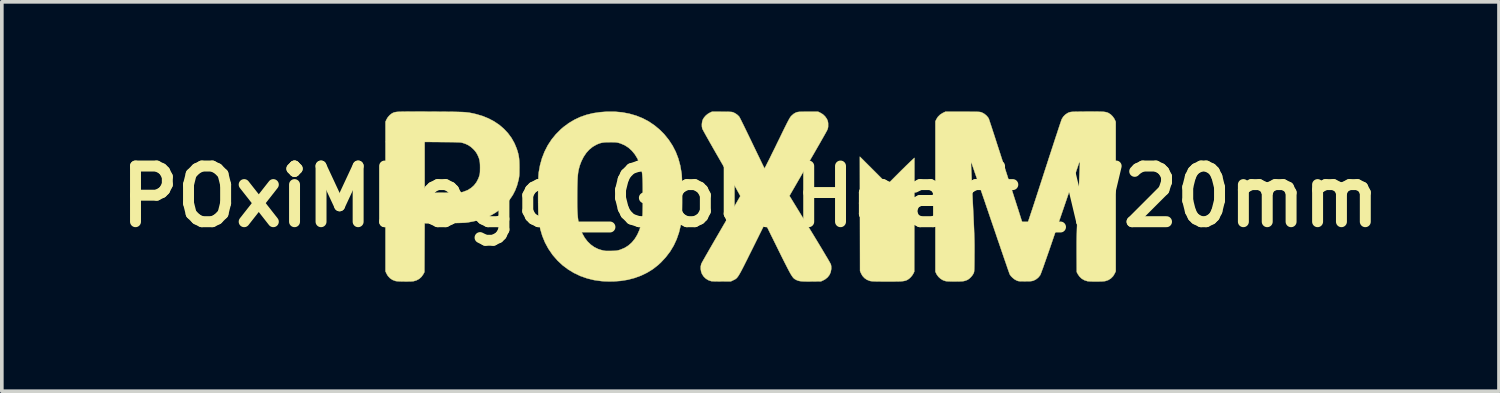
<source format=kicad_pcb>
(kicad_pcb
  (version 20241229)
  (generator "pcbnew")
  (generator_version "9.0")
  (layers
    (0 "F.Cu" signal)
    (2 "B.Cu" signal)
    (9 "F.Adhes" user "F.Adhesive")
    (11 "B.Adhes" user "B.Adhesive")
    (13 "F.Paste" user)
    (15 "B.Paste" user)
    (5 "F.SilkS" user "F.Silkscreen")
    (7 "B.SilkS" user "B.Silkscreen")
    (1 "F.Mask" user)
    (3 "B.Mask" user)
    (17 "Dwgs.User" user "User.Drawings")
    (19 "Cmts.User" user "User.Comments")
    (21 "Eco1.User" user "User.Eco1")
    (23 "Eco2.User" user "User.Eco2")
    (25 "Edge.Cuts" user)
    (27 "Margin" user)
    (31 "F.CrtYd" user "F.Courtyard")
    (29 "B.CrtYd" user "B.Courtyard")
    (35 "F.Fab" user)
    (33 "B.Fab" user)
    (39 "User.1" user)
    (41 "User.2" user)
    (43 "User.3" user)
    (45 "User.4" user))
  (footprint "POxiMLogo_GoldHeart_W20mm"
    (layer "F.Cu")
    (at 17.497 2.331)
    (property "Reference" "POxiMLogo_GoldHeart_W20mm" (at 0 0 0) (layer "F.SilkS") (effects (font (size 1.524 1.524) (thickness 0.3))))
    (attr through_hole)
    (fp_poly (pts (xy 3.502 -2.299) (xy 3.575 -2.265) (xy 3.61 -2.242) (xy 3.656 -2.197) (xy 3.698 -2.141) (xy 3.73 -2.08) (xy 3.742 -2.042) (xy 3.756 -1.986) (xy 3.764 -2.022) (xy 3.788 -2.091) (xy 3.828 -2.158) (xy 3.88 -2.218) (xy 3.94 -2.267) (xy 3.98 -2.289) (xy 4.028 -2.304) (xy 4.087 -2.312) (xy 4.151 -2.313) (xy 4.213 -2.307) (xy 4.266 -2.295) (xy 4.28 -2.289) (xy 4.331 -2.258) (xy 4.384 -2.214) (xy 4.43 -2.162) (xy 4.464 -2.11) (xy 4.468 -2.104) (xy 4.482 -2.071) (xy 4.491 -2.04) (xy 4.495 -2.004) (xy 4.496 -1.961) (xy 4.494 -1.914) (xy 4.487 -1.873) (xy 4.474 -1.832) (xy 4.452 -1.789) (xy 4.421 -1.739) (xy 4.377 -1.679) (xy 4.37 -1.67) (xy 4.351 -1.646) (xy 4.321 -1.612) (xy 4.282 -1.569) (xy 4.236 -1.519) (xy 4.184 -1.464) (xy 4.128 -1.405) (xy 4.071 -1.346) (xy 4.013 -1.286) (xy 3.957 -1.229) (xy 3.905 -1.176) (xy 3.857 -1.129) (xy 3.817 -1.089) (xy 3.786 -1.06) (xy 3.765 -1.041) (xy 3.757 -1.036) (xy 3.747 -1.043) (xy 3.726 -1.063) (xy 3.693 -1.094) (xy 3.651 -1.134) (xy 3.602 -1.183) (xy 3.547 -1.237) (xy 3.502 -1.283) (xy 3.404 -1.382) (xy 3.32 -1.469) (xy 3.25 -1.546) (xy 3.191 -1.614) (xy 3.142 -1.674) (xy 3.103 -1.728) (xy 3.072 -1.777) (xy 3.052 -1.815) (xy 3.031 -1.858) (xy 3.02 -1.891) (xy 3.014 -1.922) (xy 3.013 -1.957) (xy 3.023 -2.038) (xy 3.05 -2.111) (xy 3.091 -2.175) (xy 3.144 -2.229) (xy 3.206 -2.271) (xy 3.275 -2.3) (xy 3.349 -2.315) (xy 3.426 -2.315) (xy 3.502 -2.299)) (stroke (width 0.01) (type solid)) (fill yes) (layer "F.Mask"))
    (fp_poly (pts (xy 3.376 -0.714) (xy 3.754 -0.335) (xy 4.003 -0.585) (xy 4.068 -0.65) (xy 4.134 -0.716) (xy 4.199 -0.779) (xy 4.259 -0.839) (xy 4.312 -0.89) (xy 4.355 -0.931) (xy 4.371 -0.947) (xy 4.491 -1.059) (xy 4.486 2.057) (xy 4.463 2.106) (xy 4.434 2.154) (xy 4.394 2.203) (xy 4.348 2.247) (xy 4.303 2.278) (xy 4.298 2.281) (xy 4.275 2.292) (xy 4.251 2.301) (xy 4.226 2.308) (xy 4.196 2.314) (xy 4.159 2.318) (xy 4.114 2.322) (xy 4.058 2.324) (xy 3.989 2.325) (xy 3.906 2.326) (xy 3.805 2.326) (xy 3.736 2.326) (xy 3.628 2.326) (xy 3.538 2.325) (xy 3.464 2.324) (xy 3.405 2.323) (xy 3.359 2.321) (xy 3.323 2.318) (xy 3.297 2.315) (xy 3.276 2.312) (xy 3.272 2.31) (xy 3.191 2.279) (xy 3.122 2.231) (xy 3.066 2.169) (xy 3.026 2.095) (xy 3.025 2.094) (xy 3.002 2.037) (xy 2.997 -1.092) (xy 3.376 -0.714)) (stroke (width 0.01) (type solid)) (fill yes) (layer "F.SilkS"))
    (fp_poly (pts (xy -9.088 -2.325) (xy -8.95 -2.325) (xy -8.793 -2.324) (xy -8.753 -2.324) (xy -8.59 -2.323) (xy -8.446 -2.322) (xy -8.319 -2.321) (xy -8.207 -2.32) (xy -8.11 -2.319) (xy -8.026 -2.317) (xy -7.953 -2.315) (xy -7.889 -2.313) (xy -7.834 -2.31) (xy -7.785 -2.306) (xy -7.742 -2.301) (xy -7.702 -2.296) (xy -7.664 -2.289) (xy -7.626 -2.282) (xy -7.587 -2.274) (xy -7.546 -2.264) (xy -7.511 -2.256) (xy -7.335 -2.204) (xy -7.17 -2.137) (xy -7.017 -2.056) (xy -6.876 -1.961) (xy -6.75 -1.853) (xy -6.638 -1.733) (xy -6.541 -1.602) (xy -6.461 -1.459) (xy -6.402 -1.318) (xy -6.378 -1.245) (xy -6.359 -1.178) (xy -6.345 -1.113) (xy -6.335 -1.046) (xy -6.329 -0.972) (xy -6.326 -0.886) (xy -6.325 -0.792) (xy -6.326 -0.714) (xy -6.326 -0.652) (xy -6.328 -0.602) (xy -6.331 -0.561) (xy -6.336 -0.525) (xy -6.342 -0.489) (xy -6.348 -0.46) (xy -6.388 -0.308) (xy -6.44 -0.171) (xy -6.505 -0.044) (xy -6.586 0.076) (xy -6.685 0.192) (xy -6.726 0.234) (xy -6.845 0.343) (xy -6.973 0.437) (xy -7.11 0.518) (xy -7.26 0.585) (xy -7.422 0.64) (xy -7.599 0.683) (xy -7.732 0.707) (xy -7.761 0.711) (xy -7.795 0.715) (xy -7.836 0.718) (xy -7.885 0.72) (xy -7.944 0.722) (xy -8.016 0.724) (xy -8.102 0.726) (xy -8.204 0.727) (xy -8.323 0.728) (xy -8.379 0.729) (xy -8.92 0.733) (xy -8.923 1.401) (xy -8.926 2.068) (xy -8.954 2.122) (xy -9.003 2.194) (xy -9.066 2.252) (xy -9.14 2.293) (xy -9.217 2.317) (xy -9.25 2.321) (xy -9.298 2.324) (xy -9.356 2.325) (xy -9.422 2.326) (xy -9.491 2.325) (xy -9.557 2.324) (xy -9.619 2.322) (xy -9.67 2.319) (xy -9.707 2.315) (xy -9.718 2.312) (xy -9.798 2.283) (xy -9.868 2.236) (xy -9.925 2.175) (xy -9.963 2.111) (xy -9.992 2.047) (xy -9.992 -0.101) (xy -8.92 -0.101) (xy -8.425 -0.104) (xy -8.312 -0.105) (xy -8.217 -0.106) (xy -8.138 -0.107) (xy -8.074 -0.108) (xy -8.022 -0.109) (xy -7.981 -0.111) (xy -7.949 -0.113) (xy -7.923 -0.115) (xy -7.902 -0.118) (xy -7.884 -0.122) (xy -7.867 -0.127) (xy -7.854 -0.131) (xy -7.745 -0.173) (xy -7.65 -0.232) (xy -7.568 -0.304) (xy -7.501 -0.391) (xy -7.449 -0.491) (xy -7.431 -0.541) (xy -7.42 -0.576) (xy -7.412 -0.606) (xy -7.407 -0.637) (xy -7.404 -0.675) (xy -7.403 -0.722) (xy -7.402 -0.782) (xy -7.403 -0.864) (xy -7.407 -0.93) (xy -7.416 -0.987) (xy -7.429 -1.039) (xy -7.449 -1.092) (xy -7.475 -1.148) (xy -7.507 -1.204) (xy -7.548 -1.257) (xy -7.589 -1.301) (xy -7.656 -1.361) (xy -7.725 -1.407) (xy -7.802 -1.443) (xy -7.864 -1.464) (xy -7.882 -1.469) (xy -7.9 -1.474) (xy -7.919 -1.478) (xy -7.942 -1.481) (xy -7.97 -1.483) (xy -8.005 -1.485) (xy -8.05 -1.486) (xy -8.106 -1.488) (xy -8.175 -1.489) (xy -8.26 -1.49) (xy -8.362 -1.49) (xy -8.43 -1.491) (xy -8.92 -1.495) (xy -8.92 -0.101) (xy -9.992 -0.101) (xy -9.992 -2.047) (xy -9.963 -2.111) (xy -9.926 -2.172) (xy -9.875 -2.229) (xy -9.818 -2.273) (xy -9.798 -2.284) (xy -9.783 -2.292) (xy -9.767 -2.298) (xy -9.75 -2.304) (xy -9.731 -2.309) (xy -9.707 -2.313) (xy -9.678 -2.317) (xy -9.641 -2.319) (xy -9.597 -2.322) (xy -9.544 -2.323) (xy -9.479 -2.324) (xy -9.403 -2.325) (xy -9.313 -2.326) (xy -9.208 -2.326) (xy -9.088 -2.325)) (stroke (width 0.01) (type solid)) (fill yes) (layer "F.SilkS"))
    (fp_poly (pts (xy -3.718 -2.323) (xy -3.513 -2.305) (xy -3.317 -2.268) (xy -3.129 -2.214) (xy -2.951 -2.143) (xy -2.783 -2.054) (xy -2.625 -1.947) (xy -2.477 -1.823) (xy -2.359 -1.704) (xy -2.237 -1.553) (xy -2.132 -1.393) (xy -2.044 -1.222) (xy -1.974 -1.04) (xy -1.922 -0.85) (xy -1.887 -0.649) (xy -1.88 -0.585) (xy -1.878 -0.546) (xy -1.875 -0.489) (xy -1.873 -0.418) (xy -1.872 -0.335) (xy -1.871 -0.242) (xy -1.87 -0.143) (xy -1.87 -0.04) (xy -1.87 0.064) (xy -1.87 0.167) (xy -1.871 0.265) (xy -1.872 0.355) (xy -1.874 0.436) (xy -1.876 0.504) (xy -1.878 0.557) (xy -1.88 0.585) (xy -1.909 0.79) (xy -1.956 0.985) (xy -2.02 1.17) (xy -2.101 1.344) (xy -2.2 1.508) (xy -2.317 1.661) (xy -2.451 1.805) (xy -2.527 1.875) (xy -2.671 1.988) (xy -2.827 2.084) (xy -2.994 2.165) (xy -3.172 2.23) (xy -3.359 2.279) (xy -3.555 2.31) (xy -3.759 2.325) (xy -3.969 2.323) (xy -4.084 2.315) (xy -4.283 2.287) (xy -4.473 2.24) (xy -4.656 2.176) (xy -4.829 2.094) (xy -4.991 1.996) (xy -5.143 1.882) (xy -5.282 1.752) (xy -5.409 1.606) (xy -5.425 1.585) (xy -5.534 1.425) (xy -5.625 1.256) (xy -5.698 1.077) (xy -5.754 0.888) (xy -5.792 0.689) (xy -5.796 0.657) (xy -5.8 0.614) (xy -5.804 0.552) (xy -5.807 0.476) (xy -5.809 0.387) (xy -5.811 0.289) (xy -5.812 0.183) (xy -5.813 0.073) (xy -5.813 0.025) (xy -4.743 0.025) (xy -4.743 0.163) (xy -4.742 0.285) (xy -4.738 0.391) (xy -4.733 0.484) (xy -4.726 0.565) (xy -4.717 0.637) (xy -4.707 0.701) (xy -4.7 0.732) (xy -4.659 0.877) (xy -4.605 1.009) (xy -4.54 1.126) (xy -4.463 1.228) (xy -4.375 1.314) (xy -4.278 1.384) (xy -4.171 1.437) (xy -4.094 1.462) (xy -4.052 1.473) (xy -4.019 1.481) (xy -3.989 1.486) (xy -3.959 1.489) (xy -3.923 1.49) (xy -3.876 1.49) (xy -3.814 1.489) (xy -3.81 1.489) (xy -3.748 1.488) (xy -3.701 1.486) (xy -3.664 1.482) (xy -3.632 1.476) (xy -3.6 1.468) (xy -3.562 1.456) (xy -3.554 1.453) (xy -3.44 1.405) (xy -3.337 1.339) (xy -3.245 1.257) (xy -3.164 1.158) (xy -3.095 1.044) (xy -3.038 0.915) (xy -2.993 0.771) (xy -2.992 0.769) (xy -2.982 0.728) (xy -2.974 0.687) (xy -2.967 0.646) (xy -2.961 0.602) (xy -2.957 0.553) (xy -2.953 0.496) (xy -2.95 0.43) (xy -2.949 0.353) (xy -2.947 0.262) (xy -2.947 0.156) (xy -2.946 0.032) (xy -2.946 0) (xy -2.947 -0.129) (xy -2.947 -0.239) (xy -2.948 -0.333) (xy -2.95 -0.414) (xy -2.952 -0.482) (xy -2.956 -0.54) (xy -2.96 -0.591) (xy -2.965 -0.636) (xy -2.972 -0.678) (xy -2.98 -0.718) (xy -2.99 -0.759) (xy -2.992 -0.768) (xy -3.037 -0.912) (xy -3.094 -1.042) (xy -3.164 -1.156) (xy -3.246 -1.255) (xy -3.338 -1.338) (xy -3.442 -1.405) (xy -3.557 -1.454) (xy -3.592 -1.465) (xy -3.625 -1.474) (xy -3.656 -1.48) (xy -3.69 -1.484) (xy -3.731 -1.487) (xy -3.783 -1.488) (xy -3.846 -1.488) (xy -3.927 -1.487) (xy -3.994 -1.483) (xy -4.05 -1.476) (xy -4.1 -1.465) (xy -4.149 -1.449) (xy -4.203 -1.427) (xy -4.221 -1.418) (xy -4.321 -1.36) (xy -4.413 -1.285) (xy -4.495 -1.194) (xy -4.567 -1.087) (xy -4.628 -0.966) (xy -4.669 -0.859) (xy -4.684 -0.808) (xy -4.697 -0.759) (xy -4.708 -0.71) (xy -4.717 -0.658) (xy -4.724 -0.6) (xy -4.73 -0.535) (xy -4.734 -0.46) (xy -4.737 -0.372) (xy -4.74 -0.268) (xy -4.742 -0.147) (xy -4.742 -0.132) (xy -4.743 0.025) (xy -5.813 0.025) (xy -5.813 -0.038) (xy -5.812 -0.149) (xy -5.811 -0.256) (xy -5.81 -0.357) (xy -5.807 -0.449) (xy -5.805 -0.529) (xy -5.801 -0.595) (xy -5.797 -0.645) (xy -5.796 -0.657) (xy -5.76 -0.856) (xy -5.707 -1.047) (xy -5.637 -1.227) (xy -5.55 -1.398) (xy -5.446 -1.558) (xy -5.326 -1.705) (xy -5.191 -1.84) (xy -5.118 -1.903) (xy -4.97 -2.012) (xy -4.817 -2.103) (xy -4.657 -2.178) (xy -4.488 -2.237) (xy -4.308 -2.281) (xy -4.116 -2.309) (xy -3.932 -2.323) (xy -3.718 -2.323)) (stroke (width 0.01) (type solid)) (fill yes) (layer "F.SilkS"))
    (fp_poly (pts (xy 1.912 -2.294) (xy 1.984 -2.251) (xy 2.044 -2.194) (xy 2.091 -2.128) (xy 2.099 -2.111) (xy 2.115 -2.074) (xy 2.123 -2.042) (xy 2.128 -2.005) (xy 2.128 -1.961) (xy 2.128 -1.914) (xy 2.123 -1.88) (xy 2.115 -1.849) (xy 2.099 -1.814) (xy 2.097 -1.808) (xy 2.087 -1.79) (xy 2.068 -1.756) (xy 2.041 -1.707) (xy 2.005 -1.644) (xy 1.962 -1.568) (xy 1.913 -1.482) (xy 1.858 -1.386) (xy 1.798 -1.282) (xy 1.734 -1.17) (xy 1.666 -1.053) (xy 1.596 -0.931) (xy 1.567 -0.881) (xy 1.069 -0.019) (xy 1.63 0.898) (xy 1.72 1.045) (xy 1.803 1.182) (xy 1.88 1.309) (xy 1.95 1.425) (xy 2.012 1.529) (xy 2.066 1.62) (xy 2.113 1.698) (xy 2.15 1.763) (xy 2.178 1.812) (xy 2.196 1.845) (xy 2.204 1.863) (xy 2.204 1.863) (xy 2.212 1.907) (xy 2.214 1.961) (xy 2.213 1.986) (xy 2.198 2.07) (xy 2.165 2.145) (xy 2.115 2.21) (xy 2.049 2.264) (xy 2.002 2.29) (xy 1.935 2.322) (xy 1.677 2.325) (xy 1.58 2.326) (xy 1.501 2.325) (xy 1.437 2.323) (xy 1.385 2.319) (xy 1.343 2.313) (xy 1.308 2.304) (xy 1.277 2.293) (xy 1.248 2.279) (xy 1.232 2.27) (xy 1.217 2.261) (xy 1.203 2.252) (xy 1.189 2.24) (xy 1.174 2.225) (xy 1.159 2.206) (xy 1.142 2.182) (xy 1.122 2.152) (xy 1.1 2.116) (xy 1.075 2.071) (xy 1.046 2.017) (xy 1.013 1.954) (xy 0.975 1.879) (xy 0.931 1.793) (xy 0.881 1.694) (xy 0.825 1.581) (xy 0.762 1.453) (xy 0.691 1.309) (xy 0.612 1.149) (xy 0.576 1.077) (xy 0.404 0.726) (xy 0.046 1.448) (xy -0.023 1.585) (xy -0.082 1.705) (xy -0.135 1.81) (xy -0.18 1.9) (xy -0.219 1.976) (xy -0.253 2.041) (xy -0.282 2.094) (xy -0.308 2.138) (xy -0.33 2.174) (xy -0.35 2.202) (xy -0.368 2.224) (xy -0.385 2.241) (xy -0.402 2.255) (xy -0.42 2.266) (xy -0.438 2.276) (xy -0.459 2.286) (xy -0.467 2.29) (xy -0.533 2.322) (xy -0.782 2.323) (xy -0.854 2.324) (xy -0.922 2.323) (xy -0.981 2.322) (xy -1.03 2.32) (xy -1.063 2.318) (xy -1.076 2.316) (xy -1.151 2.29) (xy -1.221 2.247) (xy -1.28 2.19) (xy -1.325 2.12) (xy -1.327 2.116) (xy -1.349 2.055) (xy -1.36 1.985) (xy -1.36 1.916) (xy -1.347 1.854) (xy -1.344 1.844) (xy -1.336 1.828) (xy -1.319 1.796) (xy -1.293 1.749) (xy -1.258 1.688) (xy -1.217 1.615) (xy -1.168 1.53) (xy -1.114 1.436) (xy -1.054 1.332) (xy -0.99 1.221) (xy -0.922 1.104) (xy -0.851 0.982) (xy -0.803 0.899) (xy -0.731 0.775) (xy -0.661 0.656) (xy -0.595 0.543) (xy -0.534 0.436) (xy -0.477 0.339) (xy -0.426 0.251) (xy -0.382 0.173) (xy -0.344 0.107) (xy -0.314 0.055) (xy -0.292 0.017) (xy -0.28 -0.006) (xy -0.277 -0.012) (xy -0.281 -0.023) (xy -0.295 -0.05) (xy -0.318 -0.093) (xy -0.35 -0.15) (xy -0.389 -0.221) (xy -0.435 -0.303) (xy -0.488 -0.397) (xy -0.546 -0.5) (xy -0.611 -0.612) (xy -0.679 -0.732) (xy -0.752 -0.859) (xy -0.786 -0.918) (xy -0.858 -1.043) (xy -0.927 -1.163) (xy -0.993 -1.278) (xy -1.055 -1.387) (xy -1.112 -1.487) (xy -1.163 -1.578) (xy -1.209 -1.659) (xy -1.247 -1.728) (xy -1.278 -1.784) (xy -1.3 -1.825) (xy -1.313 -1.851) (xy -1.317 -1.859) (xy -1.328 -1.917) (xy -1.329 -1.983) (xy -1.32 -2.049) (xy -1.303 -2.106) (xy -1.269 -2.162) (xy -1.222 -2.216) (xy -1.166 -2.262) (xy -1.115 -2.292) (xy -1.052 -2.322) (xy -0.782 -2.321) (xy -0.698 -2.321) (xy -0.632 -2.32) (xy -0.581 -2.319) (xy -0.542 -2.317) (xy -0.513 -2.315) (xy -0.492 -2.311) (xy -0.475 -2.306) (xy -0.47 -2.304) (xy -0.412 -2.275) (xy -0.359 -2.238) (xy -0.316 -2.197) (xy -0.306 -2.185) (xy -0.297 -2.169) (xy -0.28 -2.137) (xy -0.256 -2.09) (xy -0.226 -2.029) (xy -0.189 -1.955) (xy -0.148 -1.871) (xy -0.103 -1.778) (xy -0.054 -1.677) (xy -0.002 -1.57) (xy 0.05 -1.462) (xy 0.103 -1.351) (xy 0.154 -1.246) (xy 0.201 -1.148) (xy 0.245 -1.058) (xy 0.284 -0.977) (xy 0.317 -0.908) (xy 0.345 -0.851) (xy 0.366 -0.808) (xy 0.38 -0.78) (xy 0.386 -0.769) (xy 0.386 -0.769) (xy 0.391 -0.777) (xy 0.405 -0.802) (xy 0.426 -0.842) (xy 0.453 -0.896) (xy 0.487 -0.963) (xy 0.527 -1.041) (xy 0.57 -1.13) (xy 0.618 -1.227) (xy 0.67 -1.331) (xy 0.723 -1.441) (xy 0.732 -1.46) (xy 0.796 -1.589) (xy 0.851 -1.703) (xy 0.898 -1.8) (xy 0.939 -1.883) (xy 0.974 -1.953) (xy 1.003 -2.011) (xy 1.028 -2.059) (xy 1.049 -2.098) (xy 1.066 -2.129) (xy 1.08 -2.153) (xy 1.093 -2.172) (xy 1.104 -2.188) (xy 1.115 -2.201) (xy 1.126 -2.212) (xy 1.129 -2.215) (xy 1.185 -2.264) (xy 1.242 -2.296) (xy 1.246 -2.298) (xy 1.265 -2.305) (xy 1.282 -2.31) (xy 1.302 -2.314) (xy 1.326 -2.317) (xy 1.357 -2.32) (xy 1.399 -2.321) (xy 1.454 -2.321) (xy 1.524 -2.322) (xy 1.58 -2.322) (xy 1.854 -2.322) (xy 1.912 -2.294)) (stroke (width 0.01) (type solid)) (fill yes) (layer "F.SilkS"))
    (fp_poly (pts (xy 9.509 -2.325) (xy 9.577 -2.324) (xy 9.632 -2.322) (xy 9.677 -2.319) (xy 9.714 -2.314) (xy 9.743 -2.308) (xy 9.768 -2.301) (xy 9.791 -2.292) (xy 9.808 -2.284) (xy 9.867 -2.245) (xy 9.92 -2.192) (xy 9.963 -2.131) (xy 9.973 -2.111) (xy 10.003 -2.047) (xy 10.003 2.047) (xy 9.973 2.111) (xy 9.929 2.183) (xy 9.87 2.242) (xy 9.799 2.287) (xy 9.719 2.314) (xy 9.715 2.315) (xy 9.684 2.319) (xy 9.637 2.323) (xy 9.579 2.325) (xy 9.513 2.326) (xy 9.445 2.326) (xy 9.378 2.326) (xy 9.318 2.324) (xy 9.267 2.321) (xy 9.232 2.318) (xy 9.227 2.317) (xy 9.145 2.291) (xy 9.071 2.248) (xy 9.01 2.189) (xy 8.964 2.122) (xy 8.936 2.068) (xy 8.933 1.554) (xy 8.933 1.468) (xy 8.933 1.388) (xy 8.933 1.315) (xy 8.933 1.246) (xy 8.934 1.179) (xy 8.935 1.112) (xy 8.937 1.043) (xy 8.939 0.971) (xy 8.941 0.894) (xy 8.944 0.809) (xy 8.948 0.715) (xy 8.953 0.61) (xy 8.959 0.493) (xy 8.965 0.36) (xy 8.972 0.211) (xy 8.98 0.051) (xy 8.987 -0.089) (xy 8.993 -0.224) (xy 8.999 -0.351) (xy 9.004 -0.47) (xy 9.009 -0.579) (xy 9.013 -0.676) (xy 9.016 -0.761) (xy 9.019 -0.832) (xy 9.021 -0.887) (xy 9.021 -0.926) (xy 9.021 -0.946) (xy 9.021 -0.949) (xy 9.012 -0.947) (xy 9.002 -0.931) (xy 9.002 -0.929) (xy 8.997 -0.916) (xy 8.986 -0.885) (xy 8.97 -0.837) (xy 8.948 -0.773) (xy 8.921 -0.694) (xy 8.889 -0.601) (xy 8.853 -0.495) (xy 8.812 -0.377) (xy 8.768 -0.248) (xy 8.721 -0.11) (xy 8.671 0.037) (xy 8.618 0.192) (xy 8.563 0.353) (xy 8.506 0.519) (xy 8.477 0.604) (xy 8.405 0.816) (xy 8.338 1.009) (xy 8.278 1.185) (xy 8.224 1.343) (xy 8.175 1.485) (xy 8.131 1.611) (xy 8.092 1.723) (xy 8.058 1.819) (xy 8.029 1.903) (xy 8.004 1.973) (xy 7.982 2.031) (xy 7.965 2.078) (xy 7.951 2.114) (xy 7.94 2.14) (xy 7.932 2.156) (xy 7.929 2.161) (xy 7.879 2.221) (xy 7.816 2.27) (xy 7.747 2.304) (xy 7.724 2.31) (xy 7.696 2.315) (xy 7.661 2.319) (xy 7.615 2.321) (xy 7.554 2.321) (xy 7.518 2.322) (xy 7.454 2.321) (xy 7.406 2.321) (xy 7.371 2.319) (xy 7.344 2.316) (xy 7.323 2.311) (xy 7.303 2.304) (xy 7.279 2.293) (xy 7.277 2.292) (xy 7.228 2.264) (xy 7.179 2.224) (xy 7.135 2.18) (xy 7.104 2.136) (xy 7.1 2.128) (xy 7.095 2.115) (xy 7.084 2.084) (xy 7.067 2.036) (xy 7.044 1.972) (xy 7.017 1.892) (xy 6.985 1.799) (xy 6.948 1.693) (xy 6.908 1.575) (xy 6.864 1.447) (xy 6.817 1.308) (xy 6.766 1.161) (xy 6.714 1.006) (xy 6.659 0.845) (xy 6.602 0.678) (xy 6.573 0.594) (xy 6.516 0.426) (xy 6.46 0.262) (xy 6.407 0.105) (xy 6.355 -0.045) (xy 6.307 -0.187) (xy 6.262 -0.319) (xy 6.22 -0.441) (xy 6.182 -0.551) (xy 6.148 -0.649) (xy 6.119 -0.734) (xy 6.095 -0.804) (xy 6.076 -0.858) (xy 6.063 -0.896) (xy 6.055 -0.916) (xy 6.054 -0.919) (xy 6.043 -0.925) (xy 6.041 -0.923) (xy 6.04 -0.913) (xy 6.041 -0.883) (xy 6.043 -0.836) (xy 6.045 -0.773) (xy 6.049 -0.695) (xy 6.053 -0.603) (xy 6.057 -0.499) (xy 6.063 -0.384) (xy 6.069 -0.26) (xy 6.075 -0.128) (xy 6.082 0.011) (xy 6.086 0.112) (xy 6.095 0.283) (xy 6.102 0.435) (xy 6.109 0.571) (xy 6.114 0.691) (xy 6.119 0.798) (xy 6.123 0.894) (xy 6.126 0.98) (xy 6.129 1.057) (xy 6.131 1.129) (xy 6.133 1.196) (xy 6.134 1.26) (xy 6.135 1.323) (xy 6.135 1.387) (xy 6.135 1.454) (xy 6.135 1.524) (xy 6.134 1.6) (xy 6.134 1.709) (xy 6.133 1.799) (xy 6.132 1.872) (xy 6.131 1.931) (xy 6.13 1.978) (xy 6.128 2.013) (xy 6.126 2.041) (xy 6.124 2.061) (xy 6.12 2.077) (xy 6.116 2.089) (xy 6.111 2.101) (xy 6.109 2.106) (xy 6.08 2.154) (xy 6.04 2.203) (xy 5.994 2.247) (xy 5.949 2.278) (xy 5.944 2.281) (xy 5.905 2.297) (xy 5.861 2.311) (xy 5.844 2.315) (xy 5.815 2.319) (xy 5.771 2.322) (xy 5.714 2.324) (xy 5.65 2.325) (xy 5.582 2.325) (xy 5.515 2.325) (xy 5.453 2.323) (xy 5.401 2.321) (xy 5.362 2.318) (xy 5.348 2.316) (xy 5.275 2.292) (xy 5.207 2.251) (xy 5.148 2.197) (xy 5.102 2.134) (xy 5.091 2.113) (xy 5.065 2.057) (xy 5.065 -2.057) (xy 5.091 -2.113) (xy 5.134 -2.181) (xy 5.193 -2.24) (xy 5.265 -2.286) (xy 5.273 -2.29) (xy 5.339 -2.322) (xy 5.812 -2.322) (xy 5.922 -2.322) (xy 6.014 -2.321) (xy 6.089 -2.321) (xy 6.15 -2.321) (xy 6.198 -2.32) (xy 6.236 -2.318) (xy 6.265 -2.317) (xy 6.287 -2.314) (xy 6.304 -2.311) (xy 6.318 -2.307) (xy 6.332 -2.302) (xy 6.342 -2.298) (xy 6.403 -2.265) (xy 6.459 -2.22) (xy 6.505 -2.168) (xy 6.527 -2.131) (xy 6.532 -2.117) (xy 6.542 -2.086) (xy 6.558 -2.038) (xy 6.579 -1.974) (xy 6.605 -1.897) (xy 6.634 -1.806) (xy 6.668 -1.704) (xy 6.704 -1.592) (xy 6.743 -1.47) (xy 6.785 -1.341) (xy 6.829 -1.206) (xy 6.874 -1.065) (xy 6.921 -0.92) (xy 6.969 -0.773) (xy 7.017 -0.624) (xy 7.065 -0.475) (xy 7.112 -0.327) (xy 7.159 -0.181) (xy 7.204 -0.039) (xy 7.248 0.098) (xy 7.29 0.229) (xy 7.33 0.352) (xy 7.366 0.466) (xy 7.399 0.571) (xy 7.429 0.664) (xy 7.455 0.745) (xy 7.476 0.812) (xy 7.492 0.864) (xy 7.503 0.9) (xy 7.508 0.917) (xy 7.508 0.919) (xy 7.516 0.924) (xy 7.521 0.925) (xy 7.526 0.915) (xy 7.537 0.886) (xy 7.553 0.84) (xy 7.576 0.775) (xy 7.603 0.693) (xy 7.636 0.594) (xy 7.674 0.479) (xy 7.718 0.348) (xy 7.766 0.202) (xy 7.818 0.042) (xy 7.875 -0.134) (xy 7.936 -0.322) (xy 8.002 -0.524) (xy 8.015 -0.566) (xy 8.07 -0.736) (xy 8.124 -0.901) (xy 8.175 -1.06) (xy 8.225 -1.212) (xy 8.272 -1.356) (xy 8.316 -1.491) (xy 8.357 -1.617) (xy 8.395 -1.73) (xy 8.428 -1.832) (xy 8.457 -1.92) (xy 8.482 -1.994) (xy 8.502 -2.052) (xy 8.516 -2.093) (xy 8.524 -2.116) (xy 8.526 -2.12) (xy 8.567 -2.186) (xy 8.623 -2.243) (xy 8.69 -2.287) (xy 8.715 -2.298) (xy 8.73 -2.304) (xy 8.744 -2.308) (xy 8.76 -2.312) (xy 8.78 -2.315) (xy 8.805 -2.318) (xy 8.839 -2.32) (xy 8.882 -2.321) (xy 8.938 -2.322) (xy 9.007 -2.323) (xy 9.092 -2.324) (xy 9.195 -2.325) (xy 9.21 -2.325) (xy 9.327 -2.325) (xy 9.426 -2.326) (xy 9.509 -2.325)) (stroke (width 0.01) (type solid)) (fill yes) (layer "F.SilkS")))
  (gr_rect
    (start -3 -3)
    (end 37.994 7.662)
    (stroke (width 0.1) (type default))
    (fill no)
    (layer "Edge.Cuts")))
</source>
